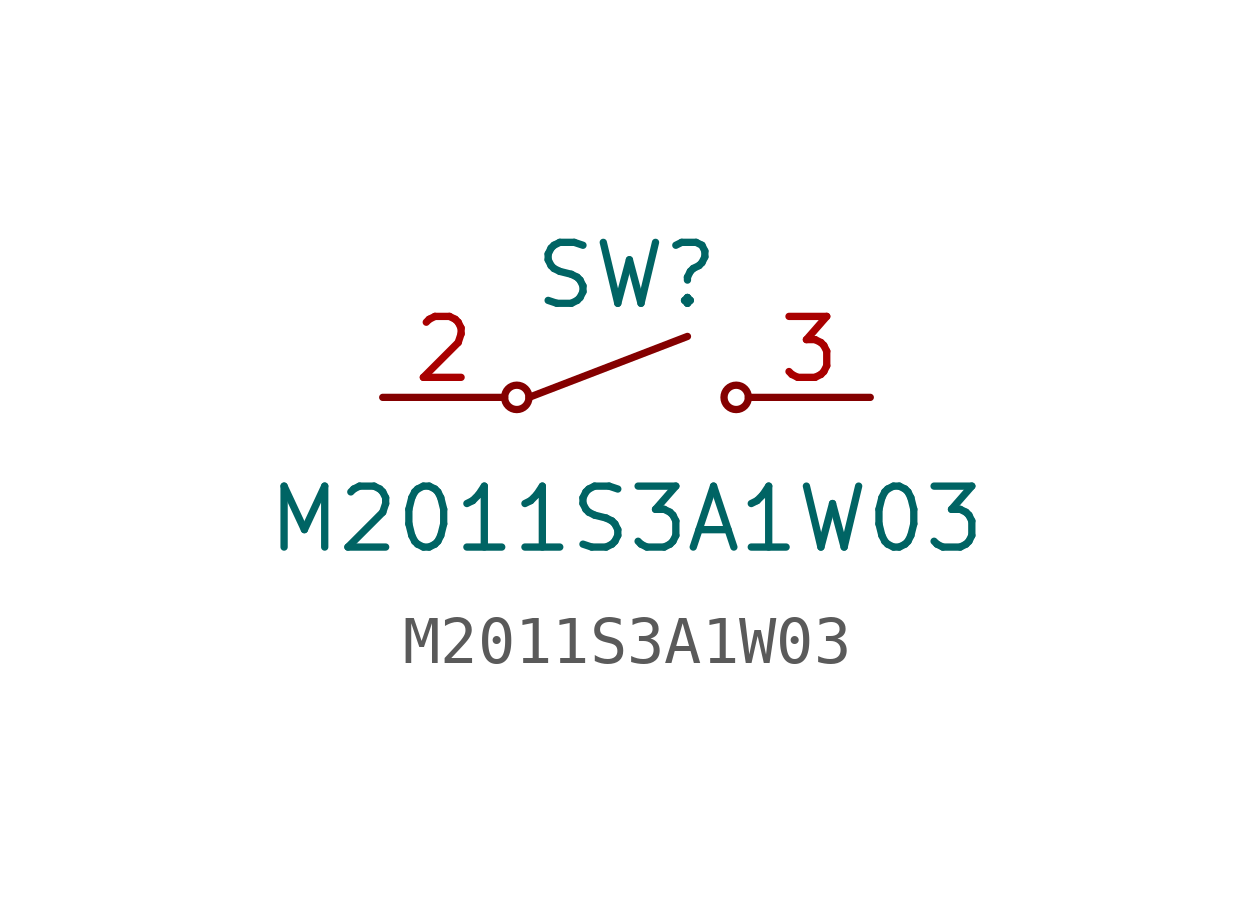
<source format=kicad_sym>
(kicad_symbol_lib
  (version 20220914)
  (generator kicad_symbol_editor)
  (symbol "M2011S3A1W03"
    (pin_names hide)
    (property "Reference" "SW"
      (at 0 2.54 0)
      (effects (font (size 1.27 1.27))))
    (property "Value" "M2011S3A1W03"
      (at 0 -2.54 0)
      (effects (font (size 1.27 1.27))))
    (symbol "M2011S3A1W03_0_1"
      (circle (center -2.286 0) (radius 0.254) (stroke (width 0) (type default)) (fill (type none)))
      (polyline (pts (xy -2.032 0) (xy 1.27 1.27)) (stroke (width 0) (type default)) (fill (type none)))
      (circle (center 2.286 0) (radius 0.254) (stroke (width 0) (type default)) (fill (type none))))
    (symbol "M2011S3A1W03_1_1"
      (pin passive line (at -5.08 0 0) (length 2.54) (name "A" (effects (font (size 1.27 1.27)))) (number "2" (effects (font (size 1.27 1.27)))))
      (pin passive line (at 5.08 0 180) (length 2.54) (name "B" (effects (font (size 1.27 1.27)))) (number "3" (effects (font (size 1.27 1.27))))))))
</source>
